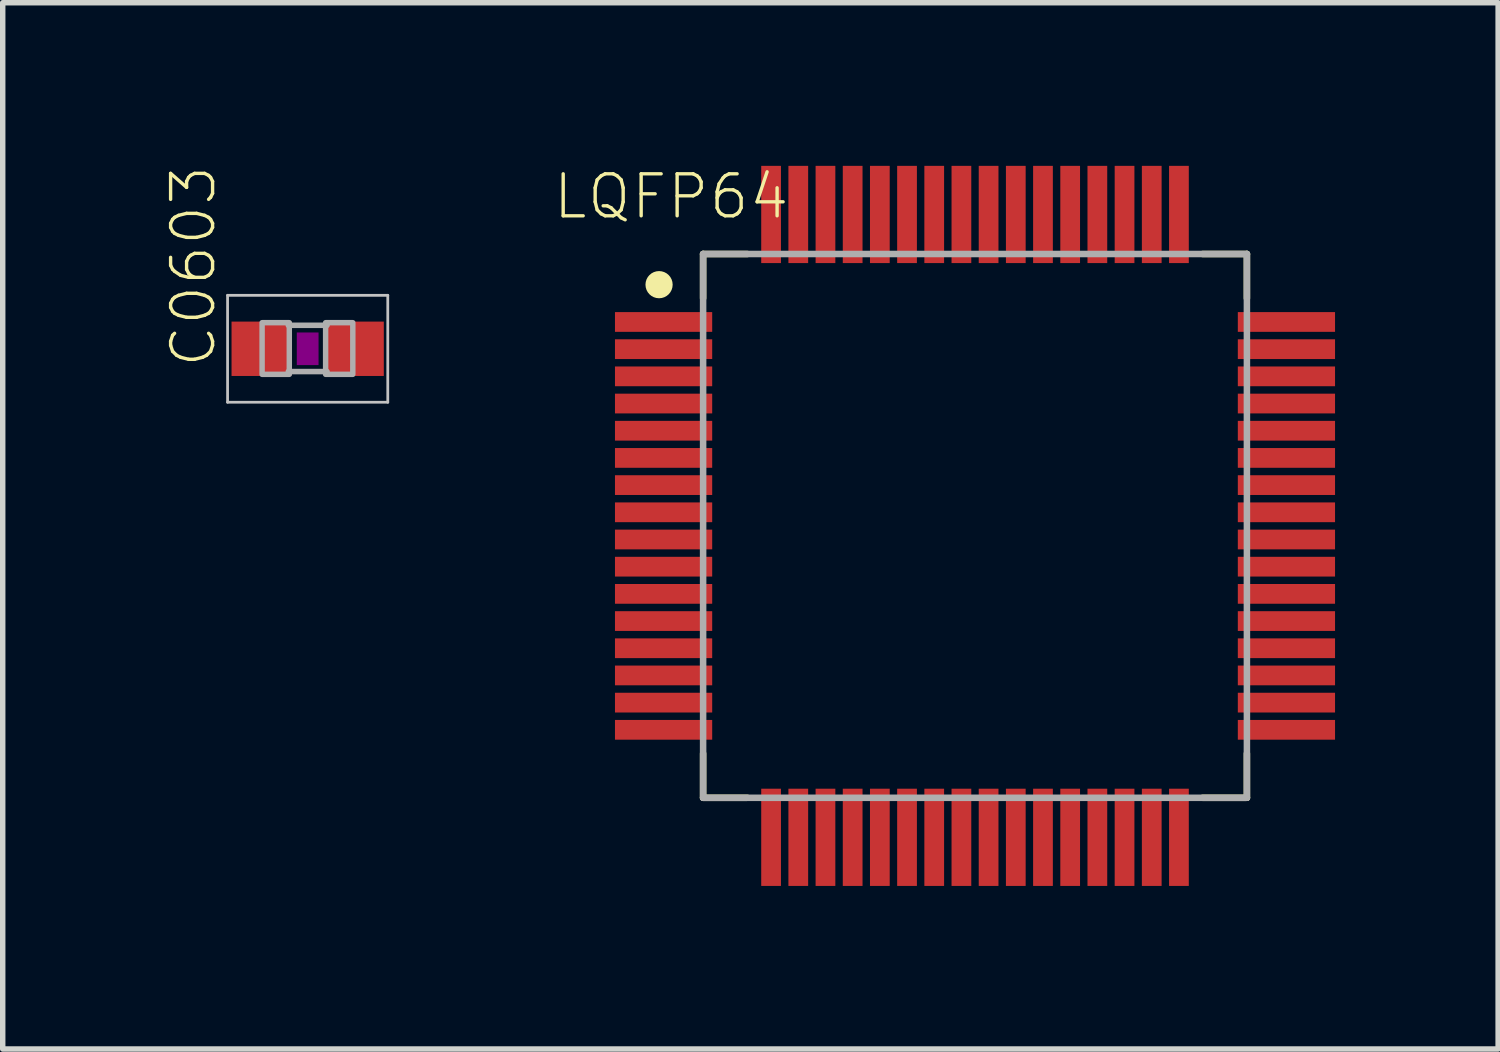
<source format=kicad_pcb>
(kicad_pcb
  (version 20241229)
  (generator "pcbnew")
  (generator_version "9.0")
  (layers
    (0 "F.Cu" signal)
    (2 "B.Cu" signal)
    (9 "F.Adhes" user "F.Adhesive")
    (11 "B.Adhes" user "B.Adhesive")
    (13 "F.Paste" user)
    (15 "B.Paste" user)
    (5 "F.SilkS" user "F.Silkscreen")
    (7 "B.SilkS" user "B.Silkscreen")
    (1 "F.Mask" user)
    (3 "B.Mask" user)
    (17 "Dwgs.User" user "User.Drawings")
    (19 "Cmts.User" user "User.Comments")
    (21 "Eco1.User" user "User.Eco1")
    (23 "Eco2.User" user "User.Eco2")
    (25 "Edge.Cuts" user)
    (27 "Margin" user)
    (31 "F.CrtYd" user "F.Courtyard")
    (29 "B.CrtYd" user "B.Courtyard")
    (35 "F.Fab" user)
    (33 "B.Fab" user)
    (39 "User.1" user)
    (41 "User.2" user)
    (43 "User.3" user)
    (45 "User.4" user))
  (footprint "C0603"
    (layer "F.Cu")
    (at 2.608 3.364)
    (property "Reference" "C0603" (at -1.651 0.381 90) (layer "F.SilkS") (effects (font (size 0.772 0.772) (thickness 0.062)) (justify left bottom)))
    (attr through_hole)
    (fp_poly (pts (xy -0.2 0.3) (xy 0.2 0.3) (xy 0.2 -0.3) (xy -0.2 -0.3)) (stroke (width 0) (type solid)) (fill yes) (layer "F.Adhes"))
    (fp_line (start -1.473 -0.983) (end 1.473 -0.983) (stroke (width 0.051) (type solid)) (layer "Dwgs.User"))
    (fp_line (start -1.473 0.983) (end -1.473 -0.983) (stroke (width 0.051) (type solid)) (layer "Dwgs.User"))
    (fp_line (start 1.473 -0.983) (end 1.473 0.983) (stroke (width 0.051) (type solid)) (layer "Dwgs.User"))
    (fp_line (start 1.473 0.983) (end -1.473 0.983) (stroke (width 0.051) (type solid)) (layer "Dwgs.User"))
    (fp_line (start -0.356 -0.432) (end 0.356 -0.432) (stroke (width 0.102) (type solid)) (layer "F.Fab"))
    (fp_line (start -0.356 0.419) (end 0.356 0.419) (stroke (width 0.102) (type solid)) (layer "F.Fab"))
    (fp_poly (pts (xy -0.838 0.47) (xy -0.338 0.47) (xy -0.338 -0.48) (xy -0.838 -0.48)) (stroke (width 0.1) (type solid)) (fill no) (layer "F.Fab"))
    (fp_poly (pts (xy 0.33 0.47) (xy 0.83 0.47) (xy 0.83 -0.48) (xy 0.33 -0.48)) (stroke (width 0.1) (type solid)) (fill no) (layer "F.Fab"))
    (pad "1" smd rect (at -0.85 0) (size 1.1 1) (layers "F.Cu" "F.Mask" "F.Paste"))
    (pad "2" smd rect (at 0.85 0) (size 1.1 1) (layers "F.Cu" "F.Mask" "F.Paste")))
  (footprint "LQFP64"
    (layer "F.Cu")
    (at 14.88 6.621)
    (property "Reference" "LQFP64" (at -5.588 -5.605 0) (layer "F.SilkS") (effects (font (size 0.772 0.772) (thickness 0.062)) (justify bottom)))
    (attr through_hole)
    (fp_line (start -5 -5) (end -4.186 -5) (stroke (width 0.12) (type solid)) (layer "F.SilkS"))
    (fp_line (start -5 -4.186) (end -5 -5) (stroke (width 0.12) (type solid)) (layer "F.SilkS"))
    (fp_line (start -5 4.186) (end -5 5) (stroke (width 0.12) (type solid)) (layer "F.SilkS"))
    (fp_line (start -5 5) (end -4.186 5) (stroke (width 0.12) (type solid)) (layer "F.SilkS"))
    (fp_line (start 5 -5) (end 4.186 -5) (stroke (width 0.12) (type solid)) (layer "F.SilkS"))
    (fp_line (start 5 -4.186) (end 5 -5) (stroke (width 0.12) (type solid)) (layer "F.SilkS"))
    (fp_line (start 5 4.186) (end 5 5) (stroke (width 0.12) (type solid)) (layer "F.SilkS"))
    (fp_line (start 5 5) (end 4.186 5) (stroke (width 0.12) (type solid)) (layer "F.SilkS"))
    (fp_circle (center -5.81 -4.436) (end -5.685 -4.436) (stroke (width 0.25) (type solid)) (fill no) (layer "F.SilkS"))
    (fp_line (start -5 -5) (end 5 -5) (stroke (width 0.12) (type solid)) (layer "F.Fab"))
    (fp_line (start -5 5) (end -5 -5) (stroke (width 0.12) (type solid)) (layer "F.Fab"))
    (fp_line (start 5 -5) (end 5 5) (stroke (width 0.12) (type solid)) (layer "F.Fab"))
    (fp_line (start 5 5) (end -5 5) (stroke (width 0.12) (type solid)) (layer "F.Fab"))
    (pad "1" smd rect (at -5.727 -3.75) (size 1.788 0.363) (layers "F.Cu" "F.Mask" "F.Paste"))
    (pad "2" smd rect (at -5.727 -3.25) (size 1.788 0.363) (layers "F.Cu" "F.Mask" "F.Paste"))
    (pad "3" smd rect (at -5.727 -2.75) (size 1.788 0.363) (layers "F.Cu" "F.Mask" "F.Paste"))
    (pad "4" smd rect (at -5.727 -2.25) (size 1.788 0.363) (layers "F.Cu" "F.Mask" "F.Paste"))
    (pad "5" smd rect (at -5.727 -1.75) (size 1.788 0.363) (layers "F.Cu" "F.Mask" "F.Paste"))
    (pad "6" smd rect (at -5.727 -1.25) (size 1.788 0.363) (layers "F.Cu" "F.Mask" "F.Paste"))
    (pad "7" smd rect (at -5.727 -0.75) (size 1.788 0.363) (layers "F.Cu" "F.Mask" "F.Paste"))
    (pad "8" smd rect (at -5.727 -0.25) (size 1.788 0.363) (layers "F.Cu" "F.Mask" "F.Paste"))
    (pad "9" smd rect (at -5.727 0.25) (size 1.788 0.363) (layers "F.Cu" "F.Mask" "F.Paste"))
    (pad "10" smd rect (at -5.727 0.75) (size 1.788 0.363) (layers "F.Cu" "F.Mask" "F.Paste"))
    (pad "11" smd rect (at -5.727 1.25) (size 1.788 0.363) (layers "F.Cu" "F.Mask" "F.Paste"))
    (pad "12" smd rect (at -5.727 1.75) (size 1.788 0.363) (layers "F.Cu" "F.Mask" "F.Paste"))
    (pad "13" smd rect (at -5.727 2.25) (size 1.788 0.363) (layers "F.Cu" "F.Mask" "F.Paste"))
    (pad "14" smd rect (at -5.727 2.75) (size 1.788 0.363) (layers "F.Cu" "F.Mask" "F.Paste"))
    (pad "15" smd rect (at -5.727 3.25) (size 1.788 0.363) (layers "F.Cu" "F.Mask" "F.Paste"))
    (pad "16" smd rect (at -5.727 3.75) (size 1.788 0.363) (layers "F.Cu" "F.Mask" "F.Paste"))
    (pad "17" smd rect (at -3.75 5.727 90) (size 1.788 0.363) (layers "F.Cu" "F.Mask" "F.Paste"))
    (pad "18" smd rect (at -3.25 5.727 90) (size 1.788 0.363) (layers "F.Cu" "F.Mask" "F.Paste"))
    (pad "19" smd rect (at -2.75 5.727 90) (size 1.788 0.363) (layers "F.Cu" "F.Mask" "F.Paste"))
    (pad "20" smd rect (at -2.25 5.727 90) (size 1.788 0.363) (layers "F.Cu" "F.Mask" "F.Paste"))
    (pad "21" smd rect (at -1.75 5.727 90) (size 1.788 0.363) (layers "F.Cu" "F.Mask" "F.Paste"))
    (pad "22" smd rect (at -1.25 5.727 90) (size 1.788 0.363) (layers "F.Cu" "F.Mask" "F.Paste"))
    (pad "23" smd rect (at -0.75 5.727 90) (size 1.788 0.363) (layers "F.Cu" "F.Mask" "F.Paste"))
    (pad "24" smd rect (at -0.25 5.727 90) (size 1.788 0.363) (layers "F.Cu" "F.Mask" "F.Paste"))
    (pad "25" smd rect (at 0.25 5.727 90) (size 1.788 0.363) (layers "F.Cu" "F.Mask" "F.Paste"))
    (pad "26" smd rect (at 0.75 5.727 90) (size 1.788 0.363) (layers "F.Cu" "F.Mask" "F.Paste"))
    (pad "27" smd rect (at 1.25 5.727 90) (size 1.788 0.363) (layers "F.Cu" "F.Mask" "F.Paste"))
    (pad "28" smd rect (at 1.75 5.727 90) (size 1.788 0.363) (layers "F.Cu" "F.Mask" "F.Paste"))
    (pad "29" smd rect (at 2.25 5.727 90) (size 1.788 0.363) (layers "F.Cu" "F.Mask" "F.Paste"))
    (pad "30" smd rect (at 2.75 5.727 90) (size 1.788 0.363) (layers "F.Cu" "F.Mask" "F.Paste"))
    (pad "31" smd rect (at 3.25 5.727 90) (size 1.788 0.363) (layers "F.Cu" "F.Mask" "F.Paste"))
    (pad "32" smd rect (at 3.75 5.727 90) (size 1.788 0.363) (layers "F.Cu" "F.Mask" "F.Paste"))
    (pad "33" smd rect (at 5.727 3.75) (size 1.788 0.363) (layers "F.Cu" "F.Mask" "F.Paste"))
    (pad "34" smd rect (at 5.727 3.25) (size 1.788 0.363) (layers "F.Cu" "F.Mask" "F.Paste"))
    (pad "35" smd rect (at 5.727 2.75) (size 1.788 0.363) (layers "F.Cu" "F.Mask" "F.Paste"))
    (pad "36" smd rect (at 5.727 2.25) (size 1.788 0.363) (layers "F.Cu" "F.Mask" "F.Paste"))
    (pad "37" smd rect (at 5.727 1.75) (size 1.788 0.363) (layers "F.Cu" "F.Mask" "F.Paste"))
    (pad "38" smd rect (at 5.727 1.25) (size 1.788 0.363) (layers "F.Cu" "F.Mask" "F.Paste"))
    (pad "39" smd rect (at 5.727 0.75) (size 1.788 0.363) (layers "F.Cu" "F.Mask" "F.Paste"))
    (pad "40" smd rect (at 5.727 0.25) (size 1.788 0.363) (layers "F.Cu" "F.Mask" "F.Paste"))
    (pad "41" smd rect (at 5.727 -0.25) (size 1.788 0.363) (layers "F.Cu" "F.Mask" "F.Paste"))
    (pad "42" smd rect (at 5.727 -0.75) (size 1.788 0.363) (layers "F.Cu" "F.Mask" "F.Paste"))
    (pad "43" smd rect (at 5.727 -1.25) (size 1.788 0.363) (layers "F.Cu" "F.Mask" "F.Paste"))
    (pad "44" smd rect (at 5.727 -1.75) (size 1.788 0.363) (layers "F.Cu" "F.Mask" "F.Paste"))
    (pad "45" smd rect (at 5.727 -2.25) (size 1.788 0.363) (layers "F.Cu" "F.Mask" "F.Paste"))
    (pad "46" smd rect (at 5.727 -2.75) (size 1.788 0.363) (layers "F.Cu" "F.Mask" "F.Paste"))
    (pad "47" smd rect (at 5.727 -3.25) (size 1.788 0.363) (layers "F.Cu" "F.Mask" "F.Paste"))
    (pad "48" smd rect (at 5.727 -3.75) (size 1.788 0.363) (layers "F.Cu" "F.Mask" "F.Paste"))
    (pad "49" smd rect (at 3.75 -5.727 90) (size 1.788 0.363) (layers "F.Cu" "F.Mask" "F.Paste"))
    (pad "50" smd rect (at 3.25 -5.727 90) (size 1.788 0.363) (layers "F.Cu" "F.Mask" "F.Paste"))
    (pad "51" smd rect (at 2.75 -5.727 90) (size 1.788 0.363) (layers "F.Cu" "F.Mask" "F.Paste"))
    (pad "52" smd rect (at 2.25 -5.727 90) (size 1.788 0.363) (layers "F.Cu" "F.Mask" "F.Paste"))
    (pad "53" smd rect (at 1.75 -5.727 90) (size 1.788 0.363) (layers "F.Cu" "F.Mask" "F.Paste"))
    (pad "54" smd rect (at 1.25 -5.727 90) (size 1.788 0.363) (layers "F.Cu" "F.Mask" "F.Paste"))
    (pad "55" smd rect (at 0.75 -5.727 90) (size 1.788 0.363) (layers "F.Cu" "F.Mask" "F.Paste"))
    (pad "56" smd rect (at 0.25 -5.727 90) (size 1.788 0.363) (layers "F.Cu" "F.Mask" "F.Paste"))
    (pad "57" smd rect (at -0.25 -5.727 90) (size 1.788 0.363) (layers "F.Cu" "F.Mask" "F.Paste"))
    (pad "58" smd rect (at -0.75 -5.727 90) (size 1.788 0.363) (layers "F.Cu" "F.Mask" "F.Paste"))
    (pad "59" smd rect (at -1.25 -5.727 90) (size 1.788 0.363) (layers "F.Cu" "F.Mask" "F.Paste"))
    (pad "60" smd rect (at -1.75 -5.727 90) (size 1.788 0.363) (layers "F.Cu" "F.Mask" "F.Paste"))
    (pad "61" smd rect (at -2.25 -5.727 90) (size 1.788 0.363) (layers "F.Cu" "F.Mask" "F.Paste"))
    (pad "62" smd rect (at -2.75 -5.727 90) (size 1.788 0.363) (layers "F.Cu" "F.Mask" "F.Paste"))
    (pad "63" smd rect (at -3.25 -5.727 90) (size 1.788 0.363) (layers "F.Cu" "F.Mask" "F.Paste"))
    (pad "64" smd rect (at -3.75 -5.727 90) (size 1.788 0.363) (layers "F.Cu" "F.Mask" "F.Paste")))
  (gr_rect
    (start -3 -3)
    (end 24.5 16.241)
    (stroke (width 0.1) (type default))
    (fill no)
    (layer "Edge.Cuts")))
</source>
